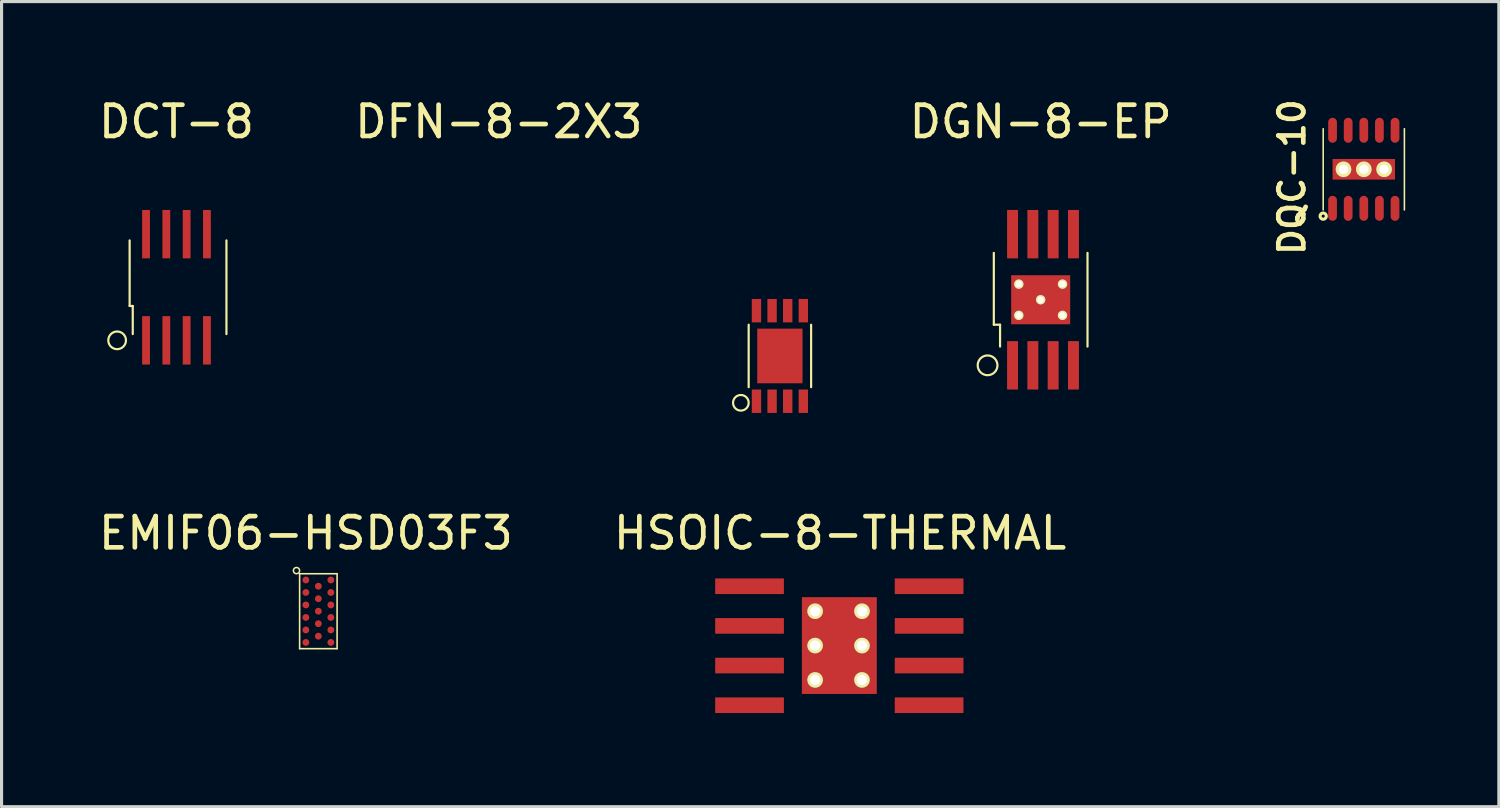
<source format=kicad_pcb>
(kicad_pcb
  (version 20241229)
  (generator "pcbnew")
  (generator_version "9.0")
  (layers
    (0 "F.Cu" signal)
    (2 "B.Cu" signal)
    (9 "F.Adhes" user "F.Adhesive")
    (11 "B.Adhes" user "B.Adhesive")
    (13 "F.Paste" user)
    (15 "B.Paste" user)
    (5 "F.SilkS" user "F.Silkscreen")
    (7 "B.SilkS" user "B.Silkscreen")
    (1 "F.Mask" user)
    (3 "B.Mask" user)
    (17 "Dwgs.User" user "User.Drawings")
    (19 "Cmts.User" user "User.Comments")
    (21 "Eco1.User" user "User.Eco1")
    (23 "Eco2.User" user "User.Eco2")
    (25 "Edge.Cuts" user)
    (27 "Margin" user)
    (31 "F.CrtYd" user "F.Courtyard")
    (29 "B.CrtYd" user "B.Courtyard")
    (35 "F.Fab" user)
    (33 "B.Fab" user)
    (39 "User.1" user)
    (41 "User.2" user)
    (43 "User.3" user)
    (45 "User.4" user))
  (footprint "DQC-10"
    (layer "F.Cu")
    (at 40.62 2.371)
    (property "Reference" "DQC-10" (at -2.3 0.25 90) (layer "F.SilkS") (effects (font (size 0.8 0.8) (thickness 0.15))))
    (attr through_hole)
    (fp_line (start -1.3 -1.3) (end -1.3 1.3) (stroke (width 0.05) (type solid)) (layer "F.SilkS"))
    (fp_line (start 1.3 -1.3) (end 1.3 1.3) (stroke (width 0.05) (type solid)) (layer "F.SilkS"))
    (fp_circle (center -1.3 1.5) (end -1.3 1.6) (stroke (width 0.1) (type solid)) (fill no) (layer "F.SilkS"))
    (pad "1" smd oval (at -1 1.25) (size 0.28 0.8) (layers "F.Cu" "F.Mask" "F.Paste"))
    (pad "2" smd oval (at -0.5 1.25) (size 0.28 0.8) (layers "F.Cu" "F.Mask" "F.Paste"))
    (pad "3" smd oval (at 0 1.25) (size 0.28 0.8) (layers "F.Cu" "F.Mask" "F.Paste"))
    (pad "4" smd oval (at 0.5 1.25) (size 0.28 0.8) (layers "F.Cu" "F.Mask" "F.Paste"))
    (pad "5" smd oval (at 1 1.25) (size 0.28 0.8) (layers "F.Cu" "F.Mask" "F.Paste"))
    (pad "6" smd oval (at 1 -1.25) (size 0.28 0.8) (layers "F.Cu" "F.Mask" "F.Paste"))
    (pad "7" smd oval (at 0.5 -1.25) (size 0.28 0.8) (layers "F.Cu" "F.Mask" "F.Paste"))
    (pad "8" smd oval (at 0 -1.25) (size 0.28 0.8) (layers "F.Cu" "F.Mask" "F.Paste"))
    (pad "9" smd oval (at -0.5 -1.25) (size 0.28 0.8) (layers "F.Cu" "F.Mask" "F.Paste"))
    (pad "10" smd oval (at -1 -1.25) (size 0.28 0.8) (layers "F.Cu" "F.Mask" "F.Paste"))
    (pad "11" thru_hole circle (at -0.65 0) (size 0.5 0.5) (drill 0.3) (layers "*.Cu" "F.Mask" "F.SilkS"))
    (pad "11" thru_hole circle (at 0 0) (size 0.5 0.5) (drill 0.3) (layers "*.Cu" "F.Mask" "F.SilkS"))
    (pad "11" smd rect (at 0 0) (size 2 0.66) (layers "F.Cu" "F.Mask" "F.Paste"))
    (pad "11" thru_hole circle (at 0.65 0) (size 0.5 0.5) (drill 0.3) (layers "*.Cu" "F.Mask" "F.SilkS")))
  (footprint "DCT-8"
    (layer "F.Cu")
    (at 2.601 6.148)
    (property "Reference" "DCT-8" (at 0 -5.3 0) (layer "F.SilkS") (effects (font (size 1 1) (thickness 0.15))))
    (attr through_hole)
    (fp_line (start -1.5 -1.5) (end -1.5 0.6) (stroke (width 0.07) (type solid)) (layer "F.SilkS"))
    (fp_line (start -1.5 0.6) (end -1.4 0.6) (stroke (width 0.07) (type solid)) (layer "F.SilkS"))
    (fp_line (start -1.4 0.6) (end -1.4 1.5) (stroke (width 0.07) (type solid)) (layer "F.SilkS"))
    (fp_line (start 1.6 -1.5) (end 1.6 1.5) (stroke (width 0.07) (type solid)) (layer "F.SilkS"))
    (fp_circle (center -1.9 1.7) (end -1.7 1.9) (stroke (width 0.07) (type solid)) (fill no) (layer "F.SilkS"))
    (pad "1" smd rect (at -0.975 1.7) (size 0.25 1.55) (layers "F.Cu" "F.Mask" "F.Paste"))
    (pad "2" smd rect (at -0.325 1.7) (size 0.25 1.55) (layers "F.Cu" "F.Mask" "F.Paste"))
    (pad "3" smd rect (at 0.325 1.7) (size 0.25 1.55) (layers "F.Cu" "F.Mask" "F.Paste"))
    (pad "4" smd rect (at 0.975 1.7) (size 0.25 1.55) (layers "F.Cu" "F.Mask" "F.Paste"))
    (pad "5" smd rect (at 0.975 -1.7) (size 0.25 1.55) (layers "F.Cu" "F.Mask" "F.Paste"))
    (pad "6" smd rect (at 0.325 -1.7) (size 0.25 1.55) (layers "F.Cu" "F.Mask" "F.Paste"))
    (pad "7" smd rect (at -0.325 -1.7) (size 0.25 1.55) (layers "F.Cu" "F.Mask" "F.Paste"))
    (pad "8" smd rect (at -0.975 -1.7) (size 0.25 1.55) (layers "F.Cu" "F.Mask" "F.Paste")))
  (footprint "HSOIC-8-THERMAL"
    (layer "F.Cu")
    (at 23.851 17.622)
    (property "Reference" "HSOIC-8-THERMAL" (at 0 -3.6 0) (layer "F.SilkS") (effects (font (size 1 1) (thickness 0.15))))
    (attr through_hole)
    (pad "1" smd rect (at -2.9 -1.9) (size 2.2 0.5) (layers "F.Cu" "F.Mask" "F.Paste"))
    (pad "2" smd rect (at -2.9 -0.63) (size 2.2 0.5) (layers "F.Cu" "F.Mask" "F.Paste"))
    (pad "3" smd rect (at -2.9 0.64) (size 2.2 0.5) (layers "F.Cu" "F.Mask" "F.Paste"))
    (pad "4" smd rect (at -2.9 1.91) (size 2.2 0.5) (layers "F.Cu" "F.Mask" "F.Paste"))
    (pad "5" smd rect (at 2.85 1.91) (size 2.2 0.5) (layers "F.Cu" "F.Mask" "F.Paste"))
    (pad "6" smd rect (at 2.85 0.64) (size 2.2 0.5) (layers "F.Cu" "F.Mask" "F.Paste"))
    (pad "7" smd rect (at 2.85 -0.63) (size 2.2 0.5) (layers "F.Cu" "F.Mask" "F.Paste"))
    (pad "8" smd rect (at 2.85 -1.9) (size 2.2 0.5) (layers "F.Cu" "F.Mask" "F.Paste"))
    (pad "9" thru_hole circle (at -0.8 -1.1) (size 0.5 0.5) (drill 0.33) (layers "*.Cu" "*.Mask" "F.SilkS"))
    (pad "9" thru_hole circle (at -0.8 0) (size 0.5 0.5) (drill 0.33) (layers "*.Cu" "*.Mask" "F.SilkS"))
    (pad "9" thru_hole circle (at -0.8 1.1) (size 0.5 0.5) (drill 0.33) (layers "*.Cu" "*.Mask" "F.SilkS"))
    (pad "9" smd rect (at -0.025 0) (size 2.4 3.1) (layers "F.Cu" "F.Mask" "F.Paste"))
    (pad "9" thru_hole circle (at 0.7 -1.1) (size 0.5 0.5) (drill 0.33) (layers "*.Cu" "*.Mask" "F.SilkS"))
    (pad "9" thru_hole circle (at 0.7 0) (size 0.5 0.5) (drill 0.33) (layers "*.Cu" "*.Mask" "F.SilkS"))
    (pad "9" thru_hole circle (at 0.7 1.1) (size 0.5 0.5) (drill 0.33) (layers "*.Cu" "*.Mask" "F.SilkS")))
  (footprint "DFN-8-2X3"
    (layer "F.Cu")
    (at 21.923 8.348)
    (property "Reference" "DFN-8-2X3" (at -9 -7.5 0) (layer "F.SilkS") (effects (font (size 1 1) (thickness 0.15))))
    (attr through_hole)
    (fp_line (start -1 -1) (end -1 1) (stroke (width 0.07) (type solid)) (layer "F.SilkS"))
    (fp_line (start 1 -1) (end 1 1) (stroke (width 0.07) (type solid)) (layer "F.SilkS"))
    (fp_circle (center -1.25 1.5) (end -1.25 1.75) (stroke (width 0.07) (type solid)) (fill no) (layer "F.SilkS"))
    (pad "1" smd rect (at -0.75 1.45) (size 0.3 0.75) (layers "F.Cu" "F.Mask" "F.Paste"))
    (pad "2" smd rect (at -0.25 1.45) (size 0.3 0.75) (layers "F.Cu" "F.Mask" "F.Paste"))
    (pad "3" smd rect (at 0.25 1.45) (size 0.3 0.75) (layers "F.Cu" "F.Mask" "F.Paste"))
    (pad "4" smd rect (at 0.75 1.45) (size 0.3 0.75) (layers "F.Cu" "F.Mask" "F.Paste"))
    (pad "5" smd rect (at 0.75 -1.45) (size 0.3 0.75) (layers "F.Cu" "F.Mask" "F.Paste"))
    (pad "6" smd rect (at 0.25 -1.45) (size 0.3 0.75) (layers "F.Cu" "F.Mask" "F.Paste"))
    (pad "7" smd rect (at -0.25 -1.45) (size 0.3 0.75) (layers "F.Cu" "F.Mask" "F.Paste"))
    (pad "8" smd rect (at -0.75 -1.45) (size 0.3 0.75) (layers "F.Cu" "F.Mask" "F.Paste"))
    (pad "9" smd rect (at 0 0) (size 1.45 1.75) (layers "F.Cu" "F.Mask" "F.Paste")))
  (footprint "DGN-8-EP"
    (layer "F.Cu")
    (at 30.273 6.548)
    (property "Reference" "DGN-8-EP" (at 0 -5.7 0) (layer "F.SilkS") (effects (font (size 1 1) (thickness 0.15))))
    (attr through_hole)
    (fp_line (start -1.5 -1.5) (end -1.5 0.8) (stroke (width 0.07) (type solid)) (layer "F.SilkS"))
    (fp_line (start -1.5 0.8) (end -1.3 0.8) (stroke (width 0.07) (type solid)) (layer "F.SilkS"))
    (fp_line (start -1.3 0.8) (end -1.3 1.5) (stroke (width 0.07) (type solid)) (layer "F.SilkS"))
    (fp_line (start 1.5 1.5) (end 1.5 -1.5) (stroke (width 0.07) (type solid)) (layer "F.SilkS"))
    (fp_circle (center -1.7 2.1) (end -1.6 2.4) (stroke (width 0.07) (type solid)) (fill no) (layer "F.SilkS"))
    (pad "1" smd rect (at -0.9 2.1) (size 0.35 1.55) (layers "F.Cu" "F.Mask" "F.Paste"))
    (pad "2" smd rect (at -0.25 2.1) (size 0.35 1.55) (layers "F.Cu" "F.Mask" "F.Paste"))
    (pad "3" smd rect (at 0.4 2.1) (size 0.35 1.55) (layers "F.Cu" "F.Mask" "F.Paste"))
    (pad "4" smd rect (at 1.05 2.1) (size 0.35 1.55) (layers "F.Cu" "F.Mask" "F.Paste"))
    (pad "5" smd rect (at 1.05 -2.1) (size 0.35 1.55) (layers "F.Cu" "F.Mask" "F.Paste"))
    (pad "6" smd rect (at 0.4 -2.1) (size 0.35 1.55) (layers "F.Cu" "F.Mask" "F.Paste"))
    (pad "7" smd rect (at -0.25 -2.1) (size 0.35 1.55) (layers "F.Cu" "F.Mask" "F.Paste"))
    (pad "8" smd rect (at -0.9 -2.1) (size 0.35 1.55) (layers "F.Cu" "F.Mask" "F.Paste"))
    (pad "9" thru_hole circle (at -0.7 -0.5) (size 0.3 0.3) (drill 0.2) (layers "*.Cu" "*.Mask" "F.SilkS"))
    (pad "9" thru_hole circle (at -0.7 0.5) (size 0.3 0.3) (drill 0.2) (layers "*.Cu" "*.Mask" "F.SilkS"))
    (pad "9" thru_hole circle (at 0 0) (size 0.3 0.3) (drill 0.2) (layers "*.Cu" "*.Mask" "F.SilkS"))
    (pad "9" smd rect (at 0 0) (size 1.89 1.57) (layers "F.Cu" "F.Mask" "F.Paste"))
    (pad "9" thru_hole circle (at 0.7 -0.5) (size 0.3 0.3) (drill 0.2) (layers "*.Cu" "*.Mask" "F.SilkS"))
    (pad "9" thru_hole circle (at 0.7 0.5) (size 0.3 0.3) (drill 0.2) (layers "*.Cu" "*.Mask" "F.SilkS")))
  (footprint "EMIF06-HSD03F3"
    (layer "F.Cu")
    (at 6.744 15.521)
    (property "Reference" "EMIF06-HSD03F3" (at 0 -1.5 0) (layer "F.SilkS") (effects (font (size 1 1) (thickness 0.15))))
    (attr through_hole)
    (fp_line (start -0.2 -0.2) (end -0.2 2.2) (stroke (width 0.05) (type solid)) (layer "F.SilkS"))
    (fp_line (start -0.2 2.2) (end 1 2.2) (stroke (width 0.05) (type solid)) (layer "F.SilkS"))
    (fp_line (start 1 -0.2) (end -0.2 -0.2) (stroke (width 0.05) (type solid)) (layer "F.SilkS"))
    (fp_line (start 1 2.2) (end 1 -0.2) (stroke (width 0.05) (type solid)) (layer "F.SilkS"))
    (fp_circle (center -0.3 -0.3) (end -0.3 -0.2) (stroke (width 0.05) (type solid)) (fill no) (layer "F.SilkS"))
    (pad "DET" smd circle (at 0.4 1.8) (size 0.22 0.22) (layers "F.Cu" "F.Mask" "F.Paste"))
    (pad "G1" smd circle (at 0.4 0.6) (size 0.22 0.22) (layers "F.Cu" "F.Mask" "F.Paste"))
    (pad "G2" smd circle (at 0.4 1) (size 0.22 0.22) (layers "F.Cu" "F.Mask" "F.Paste"))
    (pad "G3" smd circle (at 0.4 1.4) (size 0.22 0.22) (layers "F.Cu" "F.Mask" "F.Paste"))
    (pad "I1" smd circle (at 0.8 0) (size 0.22 0.22) (layers "F.Cu" "F.Mask" "F.Paste"))
    (pad "I2" smd circle (at 0.8 0.4) (size 0.22 0.22) (layers "F.Cu" "F.Mask" "F.Paste"))
    (pad "I3" smd circle (at 0.8 0.8) (size 0.22 0.22) (layers "F.Cu" "F.Mask" "F.Paste"))
    (pad "I4" smd circle (at 0.8 1.2) (size 0.22 0.22) (layers "F.Cu" "F.Mask" "F.Paste"))
    (pad "I5" smd circle (at 0.8 1.6) (size 0.22 0.22) (layers "F.Cu" "F.Mask" "F.Paste"))
    (pad "I6" smd circle (at 0.8 2) (size 0.22 0.22) (layers "F.Cu" "F.Mask" "F.Paste"))
    (pad "O1" smd circle (at 0 0) (size 0.22 0.22) (layers "F.Cu" "F.Mask" "F.Paste"))
    (pad "O2" smd circle (at 0 0.4) (size 0.22 0.22) (layers "F.Cu" "F.Mask" "F.Paste"))
    (pad "O3" smd circle (at 0 0.8) (size 0.22 0.22) (layers "F.Cu" "F.Mask" "F.Paste"))
    (pad "O4" smd circle (at 0 1.2) (size 0.22 0.22) (layers "F.Cu" "F.Mask" "F.Paste"))
    (pad "O5" smd circle (at 0 1.6) (size 0.22 0.22) (layers "F.Cu" "F.Mask" "F.Paste"))
    (pad "O6" smd circle (at 0 2) (size 0.22 0.22) (layers "F.Cu" "F.Mask" "F.Paste"))
    (pad "VCC" smd circle (at 0.4 0.2) (size 0.22 0.22) (layers "F.Cu" "F.Mask" "F.Paste")))
  (gr_rect
    (start -3 -3)
    (end 44.945 22.782)
    (stroke (width 0.1) (type default))
    (fill no)
    (layer "Edge.Cuts")))
</source>
